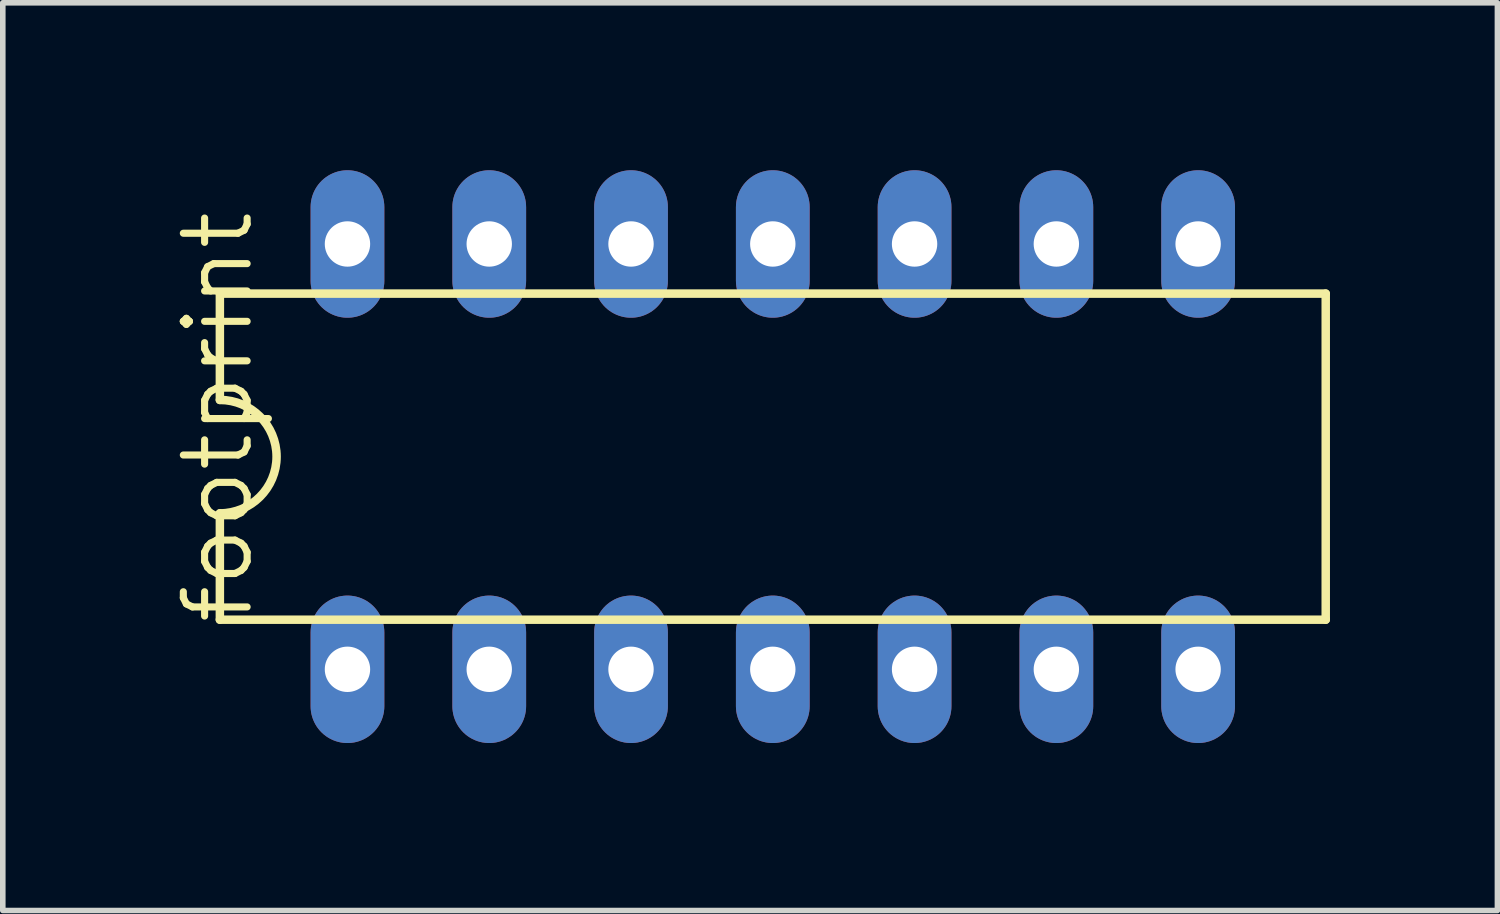
<source format=kicad_pcb>
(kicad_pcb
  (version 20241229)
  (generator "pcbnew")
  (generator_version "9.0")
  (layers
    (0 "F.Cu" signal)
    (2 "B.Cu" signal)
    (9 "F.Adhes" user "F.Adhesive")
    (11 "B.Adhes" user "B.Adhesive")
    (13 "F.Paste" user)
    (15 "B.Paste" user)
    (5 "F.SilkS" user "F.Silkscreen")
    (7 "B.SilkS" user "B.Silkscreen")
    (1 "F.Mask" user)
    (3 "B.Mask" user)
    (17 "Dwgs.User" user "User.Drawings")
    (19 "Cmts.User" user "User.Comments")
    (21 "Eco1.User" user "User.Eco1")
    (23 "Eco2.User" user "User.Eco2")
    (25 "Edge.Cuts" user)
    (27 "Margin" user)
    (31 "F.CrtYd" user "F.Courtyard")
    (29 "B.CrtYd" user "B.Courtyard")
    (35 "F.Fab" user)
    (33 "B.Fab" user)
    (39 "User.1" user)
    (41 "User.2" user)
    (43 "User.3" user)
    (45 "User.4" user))
  (footprint "footprint"
    (layer "F.Cu")
    (at 10.795 5.131)
    (property "Reference" "footprint" (at -9.271 3.048 90) (layer "F.SilkS") (effects (font (size 1.143 1.143) (thickness 0.127)) (justify left bottom)))
    (fp_line (start -9.906 -2.921) (end -9.906 -1.016) (stroke (width 0.152) (type solid)) (layer "F.SilkS"))
    (fp_line (start -9.906 2.921) (end -9.906 1.016) (stroke (width 0.152) (type solid)) (layer "F.SilkS"))
    (fp_line (start -9.906 2.921) (end 9.906 2.921) (stroke (width 0.152) (type solid)) (layer "F.SilkS"))
    (fp_line (start 9.906 -2.921) (end -9.906 -2.921) (stroke (width 0.152) (type solid)) (layer "F.SilkS"))
    (fp_line (start 9.906 -2.921) (end 9.906 2.921) (stroke (width 0.152) (type solid)) (layer "F.SilkS"))
    (fp_arc (start -9.906 -1.016) (mid -8.89 0) (end -9.906 1.016) (stroke (width 0.1524) (type solid)) (layer "F.SilkS"))
    (pad "1" thru_hole oval (at -7.62 3.81 90) (size 2.642 1.321) (drill 0.813) (layers "*.Cu" "*.Mask"))
    (pad "2" thru_hole oval (at -5.08 3.81 90) (size 2.642 1.321) (drill 0.813) (layers "*.Cu" "*.Mask"))
    (pad "3" thru_hole oval (at -2.54 3.81 90) (size 2.642 1.321) (drill 0.813) (layers "*.Cu" "*.Mask"))
    (pad "4" thru_hole oval (at 0 3.81 90) (size 2.642 1.321) (drill 0.813) (layers "*.Cu" "*.Mask"))
    (pad "5" thru_hole oval (at 2.54 3.81 90) (size 2.642 1.321) (drill 0.813) (layers "*.Cu" "*.Mask"))
    (pad "6" thru_hole oval (at 5.08 3.81 90) (size 2.642 1.321) (drill 0.813) (layers "*.Cu" "*.Mask"))
    (pad "7" thru_hole oval (at 7.62 3.81 90) (size 2.642 1.321) (drill 0.813) (layers "*.Cu" "*.Mask"))
    (pad "8" thru_hole oval (at 7.62 -3.81 90) (size 2.642 1.321) (drill 0.813) (layers "*.Cu" "*.Mask"))
    (pad "9" thru_hole oval (at 5.08 -3.81 90) (size 2.642 1.321) (drill 0.813) (layers "*.Cu" "*.Mask"))
    (pad "10" thru_hole oval (at 2.54 -3.81 90) (size 2.642 1.321) (drill 0.813) (layers "*.Cu" "*.Mask"))
    (pad "11" thru_hole oval (at 0 -3.81 90) (size 2.642 1.321) (drill 0.813) (layers "*.Cu" "*.Mask"))
    (pad "12" thru_hole oval (at -2.54 -3.81 90) (size 2.642 1.321) (drill 0.813) (layers "*.Cu" "*.Mask"))
    (pad "13" thru_hole oval (at -5.08 -3.81 90) (size 2.642 1.321) (drill 0.813) (layers "*.Cu" "*.Mask"))
    (pad "14" thru_hole oval (at -7.62 -3.81 90) (size 2.642 1.321) (drill 0.813) (layers "*.Cu" "*.Mask")))
  (gr_rect
    (start -3 -3)
    (end 23.777 13.262)
    (stroke (width 0.1) (type default))
    (fill no)
    (layer "Edge.Cuts")))
</source>
